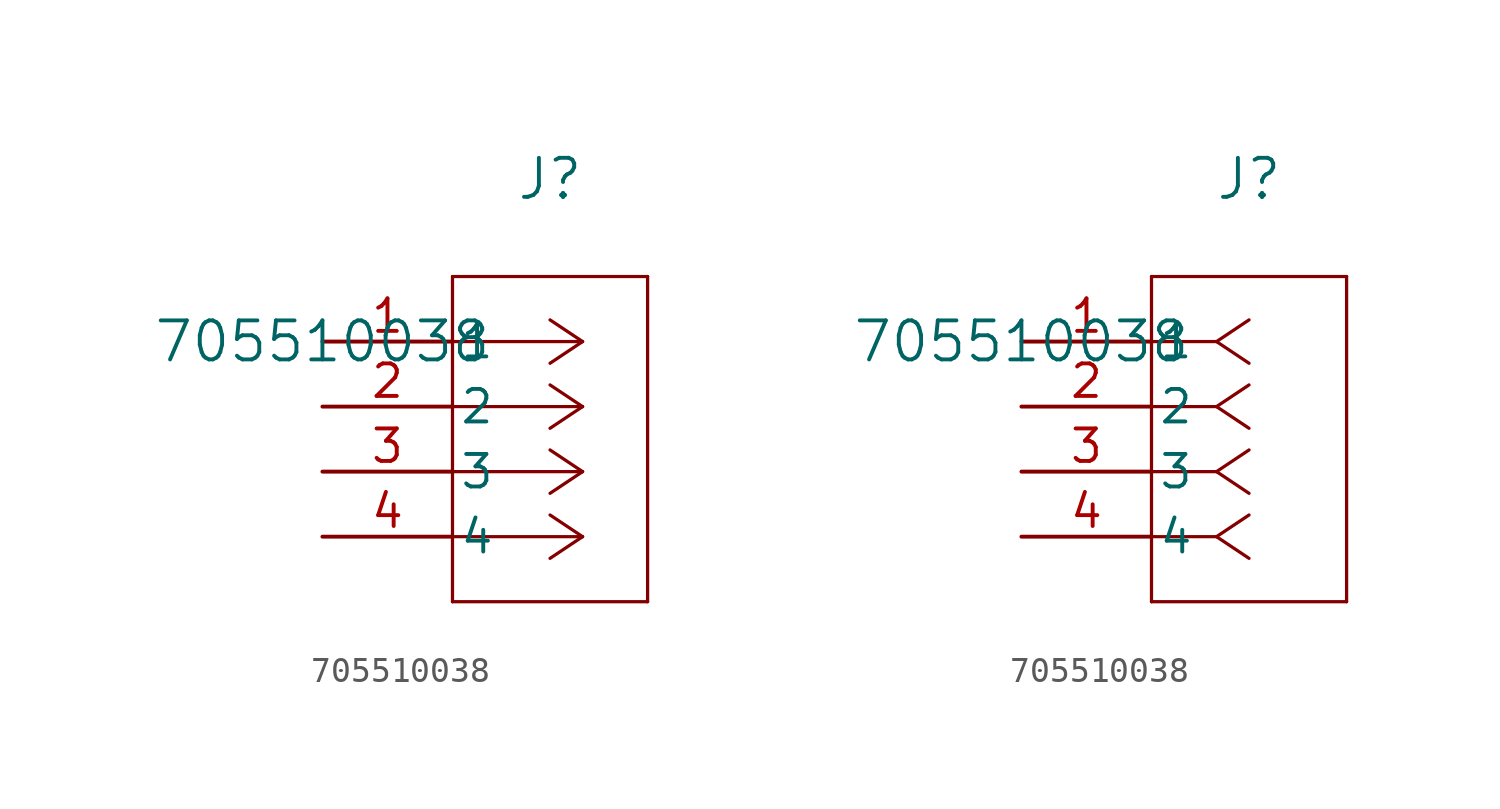
<source format=kicad_sym>
(kicad_symbol_lib
  (version 20211014)
  (generator kicad_symbol_editor)
  (symbol "705510038"
    (pin_names
      (offset 0.254))
    (property "Reference" "J"
      (at 8.89 6.35 0)
      (effects (font (size 1.524 1.524))))
    (property "Value" "705510038"
      (at 0 0 0)
      (effects (font (size 1.524 1.524))))
    (symbol "705510038_1_1"
      (polyline (pts (xy 10.16 0) (xy 5.08 0)) (stroke (width 0.127) (type default) (color 0 0 0 0)) (fill (type none)))
      (polyline (pts (xy 10.16 -2.54) (xy 5.08 -2.54)) (stroke (width 0.127) (type default) (color 0 0 0 0)) (fill (type none)))
      (polyline (pts (xy 10.16 -5.08) (xy 5.08 -5.08)) (stroke (width 0.127) (type default) (color 0 0 0 0)) (fill (type none)))
      (polyline (pts (xy 10.16 -7.62) (xy 5.08 -7.62)) (stroke (width 0.127) (type default) (color 0 0 0 0)) (fill (type none)))
      (polyline (pts (xy 10.16 0) (xy 8.89 0.847)) (stroke (width 0.127) (type default) (color 0 0 0 0)) (fill (type none)))
      (polyline (pts (xy 10.16 -2.54) (xy 8.89 -1.693)) (stroke (width 0.127) (type default) (color 0 0 0 0)) (fill (type none)))
      (polyline (pts (xy 10.16 -5.08) (xy 8.89 -4.233)) (stroke (width 0.127) (type default) (color 0 0 0 0)) (fill (type none)))
      (polyline (pts (xy 10.16 -7.62) (xy 8.89 -6.773)) (stroke (width 0.127) (type default) (color 0 0 0 0)) (fill (type none)))
      (polyline (pts (xy 10.16 0) (xy 8.89 -0.847)) (stroke (width 0.127) (type default) (color 0 0 0 0)) (fill (type none)))
      (polyline (pts (xy 10.16 -2.54) (xy 8.89 -3.387)) (stroke (width 0.127) (type default) (color 0 0 0 0)) (fill (type none)))
      (polyline (pts (xy 10.16 -5.08) (xy 8.89 -5.927)) (stroke (width 0.127) (type default) (color 0 0 0 0)) (fill (type none)))
      (polyline (pts (xy 10.16 -7.62) (xy 8.89 -8.467)) (stroke (width 0.127) (type default) (color 0 0 0 0)) (fill (type none)))
      (polyline (pts (xy 5.08 2.54) (xy 5.08 -10.16)) (stroke (width 0.127) (type default) (color 0 0 0 0)) (fill (type none)))
      (polyline (pts (xy 5.08 -10.16) (xy 12.7 -10.16)) (stroke (width 0.127) (type default) (color 0 0 0 0)) (fill (type none)))
      (polyline (pts (xy 12.7 -10.16) (xy 12.7 2.54)) (stroke (width 0.127) (type default) (color 0 0 0 0)) (fill (type none)))
      (polyline (pts (xy 12.7 2.54) (xy 5.08 2.54)) (stroke (width 0.127) (type default) (color 0 0 0 0)) (fill (type none)))
      (pin unspecified line (at 0 0 0) (length 5.08) (name "1" (effects (font (size 1.27 1.27)))) (number "1" (effects (font (size 1.27 1.27)))))
      (pin unspecified line (at 0 -2.54 0) (length 5.08) (name "2" (effects (font (size 1.27 1.27)))) (number "2" (effects (font (size 1.27 1.27)))))
      (pin unspecified line (at 0 -5.08 0) (length 5.08) (name "3" (effects (font (size 1.27 1.27)))) (number "3" (effects (font (size 1.27 1.27)))))
      (pin unspecified line (at 0 -7.62 0) (length 5.08) (name "4" (effects (font (size 1.27 1.27)))) (number "4" (effects (font (size 1.27 1.27))))))
    (symbol "705510038_1_2"
      (polyline (pts (xy 7.62 0) (xy 5.08 0)) (stroke (width 0.127) (type default) (color 0 0 0 0)) (fill (type none)))
      (polyline (pts (xy 7.62 -2.54) (xy 5.08 -2.54)) (stroke (width 0.127) (type default) (color 0 0 0 0)) (fill (type none)))
      (polyline (pts (xy 7.62 -5.08) (xy 5.08 -5.08)) (stroke (width 0.127) (type default) (color 0 0 0 0)) (fill (type none)))
      (polyline (pts (xy 7.62 -7.62) (xy 5.08 -7.62)) (stroke (width 0.127) (type default) (color 0 0 0 0)) (fill (type none)))
      (polyline (pts (xy 7.62 0) (xy 8.89 0.847)) (stroke (width 0.127) (type default) (color 0 0 0 0)) (fill (type none)))
      (polyline (pts (xy 7.62 -2.54) (xy 8.89 -1.693)) (stroke (width 0.127) (type default) (color 0 0 0 0)) (fill (type none)))
      (polyline (pts (xy 7.62 -5.08) (xy 8.89 -4.233)) (stroke (width 0.127) (type default) (color 0 0 0 0)) (fill (type none)))
      (polyline (pts (xy 7.62 -7.62) (xy 8.89 -6.773)) (stroke (width 0.127) (type default) (color 0 0 0 0)) (fill (type none)))
      (polyline (pts (xy 7.62 0) (xy 8.89 -0.847)) (stroke (width 0.127) (type default) (color 0 0 0 0)) (fill (type none)))
      (polyline (pts (xy 7.62 -2.54) (xy 8.89 -3.387)) (stroke (width 0.127) (type default) (color 0 0 0 0)) (fill (type none)))
      (polyline (pts (xy 7.62 -5.08) (xy 8.89 -5.927)) (stroke (width 0.127) (type default) (color 0 0 0 0)) (fill (type none)))
      (polyline (pts (xy 7.62 -7.62) (xy 8.89 -8.467)) (stroke (width 0.127) (type default) (color 0 0 0 0)) (fill (type none)))
      (polyline (pts (xy 5.08 2.54) (xy 5.08 -10.16)) (stroke (width 0.127) (type default) (color 0 0 0 0)) (fill (type none)))
      (polyline (pts (xy 5.08 -10.16) (xy 12.7 -10.16)) (stroke (width 0.127) (type default) (color 0 0 0 0)) (fill (type none)))
      (polyline (pts (xy 12.7 -10.16) (xy 12.7 2.54)) (stroke (width 0.127) (type default) (color 0 0 0 0)) (fill (type none)))
      (polyline (pts (xy 12.7 2.54) (xy 5.08 2.54)) (stroke (width 0.127) (type default) (color 0 0 0 0)) (fill (type none)))
      (pin unspecified line (at 0 0 0) (length 5.08) (name "1" (effects (font (size 1.27 1.27)))) (number "1" (effects (font (size 1.27 1.27)))))
      (pin unspecified line (at 0 -2.54 0) (length 5.08) (name "2" (effects (font (size 1.27 1.27)))) (number "2" (effects (font (size 1.27 1.27)))))
      (pin unspecified line (at 0 -5.08 0) (length 5.08) (name "3" (effects (font (size 1.27 1.27)))) (number "3" (effects (font (size 1.27 1.27)))))
      (pin unspecified line (at 0 -7.62 0) (length 5.08) (name "4" (effects (font (size 1.27 1.27)))) (number "4" (effects (font (size 1.27 1.27))))))))
</source>
